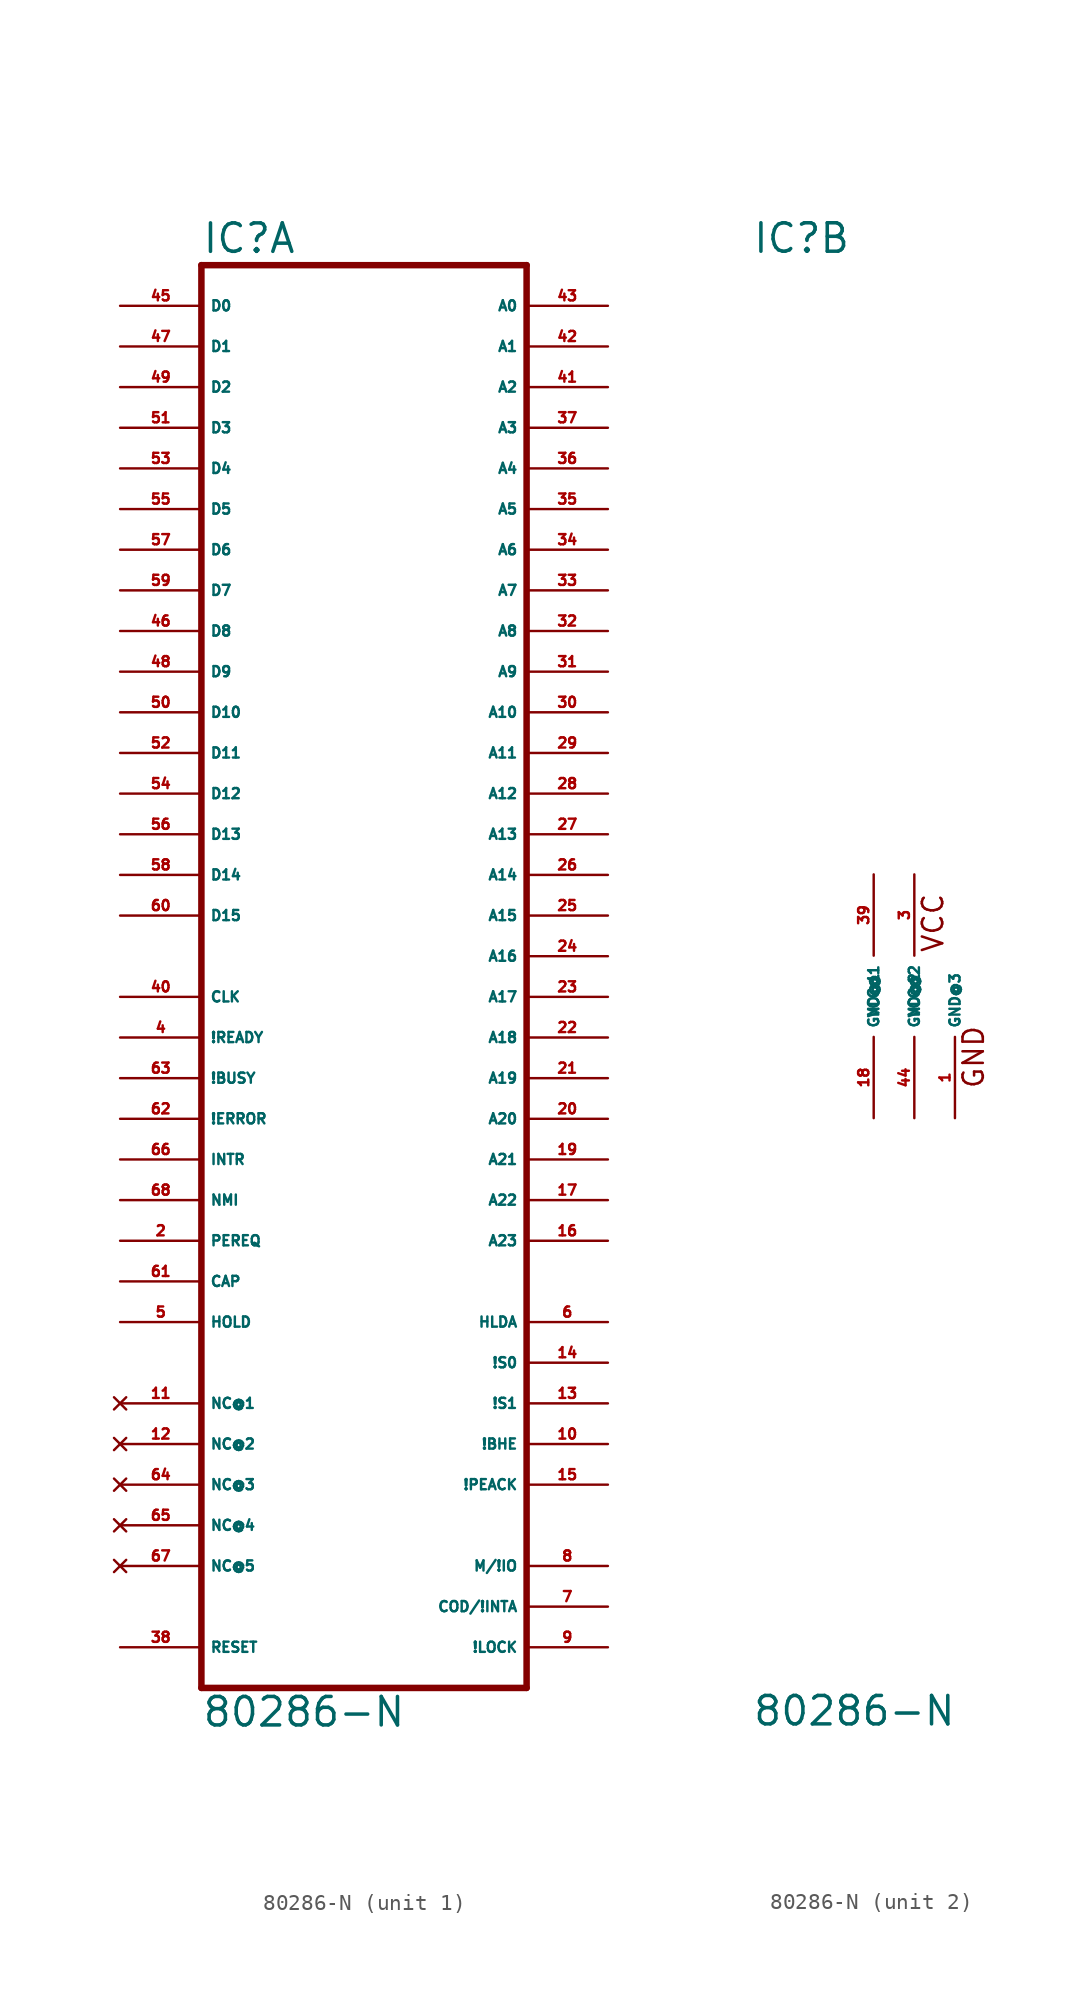
<source format=kicad_sym>
(kicad_symbol_lib
  (version 20220914)
  (generator Eagle2Kicad)
  (symbol "80286-N"
    (property "Reference" "IC"
      (at -10.16 46.355 0)
      (effects (font (size 1.778 1.778) (thickness 0.22)) (justify left bottom)))
    (property "Value" "80286-N"
      (at -10.16 -45.72 0)
      (effects (font (size 1.778 1.778) (thickness 0.22)) (justify left bottom)))
    (symbol "80286-N_1_0"
      (polyline (pts (xy -10.16 -43.18) (xy 10.16 -43.18)) (stroke (width 0.406) (type default)) (fill (type none)))
      (polyline (pts (xy 10.16 -43.18) (xy 10.16 45.72)) (stroke (width 0.406) (type default)) (fill (type none)))
      (polyline (pts (xy 10.16 45.72) (xy -10.16 45.72)) (stroke (width 0.406) (type default)) (fill (type none)))
      (polyline (pts (xy -10.16 45.72) (xy -10.16 -43.18)) (stroke (width 0.406) (type default)) (fill (type none)))
      (pin output line (at 15.24 43.18 180) (length 5.08) (name "A0" (effects (font (size 0.635 0.635) (thickness 0.08)) (justify left bottom))) (number "43" (effects (font (size 0.635 0.635) (thickness 0.08)) (justify left bottom))))
      (pin output line (at 15.24 40.64 180) (length 5.08) (name "A1" (effects (font (size 0.635 0.635) (thickness 0.08)) (justify left bottom))) (number "42" (effects (font (size 0.635 0.635) (thickness 0.08)) (justify left bottom))))
      (pin output line (at 15.24 38.1 180) (length 5.08) (name "A2" (effects (font (size 0.635 0.635) (thickness 0.08)) (justify left bottom))) (number "41" (effects (font (size 0.635 0.635) (thickness 0.08)) (justify left bottom))))
      (pin output line (at 15.24 35.56 180) (length 5.08) (name "A3" (effects (font (size 0.635 0.635) (thickness 0.08)) (justify left bottom))) (number "37" (effects (font (size 0.635 0.635) (thickness 0.08)) (justify left bottom))))
      (pin output line (at 15.24 33.02 180) (length 5.08) (name "A4" (effects (font (size 0.635 0.635) (thickness 0.08)) (justify left bottom))) (number "36" (effects (font (size 0.635 0.635) (thickness 0.08)) (justify left bottom))))
      (pin output line (at 15.24 30.48 180) (length 5.08) (name "A5" (effects (font (size 0.635 0.635) (thickness 0.08)) (justify left bottom))) (number "35" (effects (font (size 0.635 0.635) (thickness 0.08)) (justify left bottom))))
      (pin output line (at 15.24 27.94 180) (length 5.08) (name "A6" (effects (font (size 0.635 0.635) (thickness 0.08)) (justify left bottom))) (number "34" (effects (font (size 0.635 0.635) (thickness 0.08)) (justify left bottom))))
      (pin output line (at 15.24 25.4 180) (length 5.08) (name "A7" (effects (font (size 0.635 0.635) (thickness 0.08)) (justify left bottom))) (number "33" (effects (font (size 0.635 0.635) (thickness 0.08)) (justify left bottom))))
      (pin output line (at 15.24 22.86 180) (length 5.08) (name "A8" (effects (font (size 0.635 0.635) (thickness 0.08)) (justify left bottom))) (number "32" (effects (font (size 0.635 0.635) (thickness 0.08)) (justify left bottom))))
      (pin output line (at 15.24 20.32 180) (length 5.08) (name "A9" (effects (font (size 0.635 0.635) (thickness 0.08)) (justify left bottom))) (number "31" (effects (font (size 0.635 0.635) (thickness 0.08)) (justify left bottom))))
      (pin output line (at 15.24 17.78 180) (length 5.08) (name "A10" (effects (font (size 0.635 0.635) (thickness 0.08)) (justify left bottom))) (number "30" (effects (font (size 0.635 0.635) (thickness 0.08)) (justify left bottom))))
      (pin output line (at 15.24 15.24 180) (length 5.08) (name "A11" (effects (font (size 0.635 0.635) (thickness 0.08)) (justify left bottom))) (number "29" (effects (font (size 0.635 0.635) (thickness 0.08)) (justify left bottom))))
      (pin output line (at 15.24 12.7 180) (length 5.08) (name "A12" (effects (font (size 0.635 0.635) (thickness 0.08)) (justify left bottom))) (number "28" (effects (font (size 0.635 0.635) (thickness 0.08)) (justify left bottom))))
      (pin output line (at 15.24 10.16 180) (length 5.08) (name "A13" (effects (font (size 0.635 0.635) (thickness 0.08)) (justify left bottom))) (number "27" (effects (font (size 0.635 0.635) (thickness 0.08)) (justify left bottom))))
      (pin output line (at 15.24 7.62 180) (length 5.08) (name "A14" (effects (font (size 0.635 0.635) (thickness 0.08)) (justify left bottom))) (number "26" (effects (font (size 0.635 0.635) (thickness 0.08)) (justify left bottom))))
      (pin output line (at 15.24 5.08 180) (length 5.08) (name "A15" (effects (font (size 0.635 0.635) (thickness 0.08)) (justify left bottom))) (number "25" (effects (font (size 0.635 0.635) (thickness 0.08)) (justify left bottom))))
      (pin output line (at 15.24 2.54 180) (length 5.08) (name "A16" (effects (font (size 0.635 0.635) (thickness 0.08)) (justify left bottom))) (number "24" (effects (font (size 0.635 0.635) (thickness 0.08)) (justify left bottom))))
      (pin output line (at 15.24 0 180) (length 5.08) (name "A17" (effects (font (size 0.635 0.635) (thickness 0.08)) (justify left bottom))) (number "23" (effects (font (size 0.635 0.635) (thickness 0.08)) (justify left bottom))))
      (pin output line (at 15.24 -2.54 180) (length 5.08) (name "A18" (effects (font (size 0.635 0.635) (thickness 0.08)) (justify left bottom))) (number "22" (effects (font (size 0.635 0.635) (thickness 0.08)) (justify left bottom))))
      (pin output line (at 15.24 -5.08 180) (length 5.08) (name "A19" (effects (font (size 0.635 0.635) (thickness 0.08)) (justify left bottom))) (number "21" (effects (font (size 0.635 0.635) (thickness 0.08)) (justify left bottom))))
      (pin output line (at 15.24 -7.62 180) (length 5.08) (name "A20" (effects (font (size 0.635 0.635) (thickness 0.08)) (justify left bottom))) (number "20" (effects (font (size 0.635 0.635) (thickness 0.08)) (justify left bottom))))
      (pin output line (at 15.24 -10.16 180) (length 5.08) (name "A21" (effects (font (size 0.635 0.635) (thickness 0.08)) (justify left bottom))) (number "19" (effects (font (size 0.635 0.635) (thickness 0.08)) (justify left bottom))))
      (pin output line (at 15.24 -12.7 180) (length 5.08) (name "A22" (effects (font (size 0.635 0.635) (thickness 0.08)) (justify left bottom))) (number "17" (effects (font (size 0.635 0.635) (thickness 0.08)) (justify left bottom))))
      (pin output line (at 15.24 -15.24 180) (length 5.08) (name "A23" (effects (font (size 0.635 0.635) (thickness 0.08)) (justify left bottom))) (number "16" (effects (font (size 0.635 0.635) (thickness 0.08)) (justify left bottom))))
      (pin bidirectional line (at -15.24 43.18 0) (length 5.08) (name "D0" (effects (font (size 0.635 0.635) (thickness 0.08)) (justify left bottom))) (number "45" (effects (font (size 0.635 0.635) (thickness 0.08)) (justify left bottom))))
      (pin bidirectional line (at -15.24 40.64 0) (length 5.08) (name "D1" (effects (font (size 0.635 0.635) (thickness 0.08)) (justify left bottom))) (number "47" (effects (font (size 0.635 0.635) (thickness 0.08)) (justify left bottom))))
      (pin bidirectional line (at -15.24 38.1 0) (length 5.08) (name "D2" (effects (font (size 0.635 0.635) (thickness 0.08)) (justify left bottom))) (number "49" (effects (font (size 0.635 0.635) (thickness 0.08)) (justify left bottom))))
      (pin bidirectional line (at -15.24 35.56 0) (length 5.08) (name "D3" (effects (font (size 0.635 0.635) (thickness 0.08)) (justify left bottom))) (number "51" (effects (font (size 0.635 0.635) (thickness 0.08)) (justify left bottom))))
      (pin bidirectional line (at -15.24 33.02 0) (length 5.08) (name "D4" (effects (font (size 0.635 0.635) (thickness 0.08)) (justify left bottom))) (number "53" (effects (font (size 0.635 0.635) (thickness 0.08)) (justify left bottom))))
      (pin bidirectional line (at -15.24 30.48 0) (length 5.08) (name "D5" (effects (font (size 0.635 0.635) (thickness 0.08)) (justify left bottom))) (number "55" (effects (font (size 0.635 0.635) (thickness 0.08)) (justify left bottom))))
      (pin bidirectional line (at -15.24 27.94 0) (length 5.08) (name "D6" (effects (font (size 0.635 0.635) (thickness 0.08)) (justify left bottom))) (number "57" (effects (font (size 0.635 0.635) (thickness 0.08)) (justify left bottom))))
      (pin bidirectional line (at -15.24 25.4 0) (length 5.08) (name "D7" (effects (font (size 0.635 0.635) (thickness 0.08)) (justify left bottom))) (number "59" (effects (font (size 0.635 0.635) (thickness 0.08)) (justify left bottom))))
      (pin bidirectional line (at -15.24 22.86 0) (length 5.08) (name "D8" (effects (font (size 0.635 0.635) (thickness 0.08)) (justify left bottom))) (number "46" (effects (font (size 0.635 0.635) (thickness 0.08)) (justify left bottom))))
      (pin bidirectional line (at -15.24 20.32 0) (length 5.08) (name "D9" (effects (font (size 0.635 0.635) (thickness 0.08)) (justify left bottom))) (number "48" (effects (font (size 0.635 0.635) (thickness 0.08)) (justify left bottom))))
      (pin bidirectional line (at -15.24 17.78 0) (length 5.08) (name "D10" (effects (font (size 0.635 0.635) (thickness 0.08)) (justify left bottom))) (number "50" (effects (font (size 0.635 0.635) (thickness 0.08)) (justify left bottom))))
      (pin bidirectional line (at -15.24 15.24 0) (length 5.08) (name "D11" (effects (font (size 0.635 0.635) (thickness 0.08)) (justify left bottom))) (number "52" (effects (font (size 0.635 0.635) (thickness 0.08)) (justify left bottom))))
      (pin bidirectional line (at -15.24 12.7 0) (length 5.08) (name "D12" (effects (font (size 0.635 0.635) (thickness 0.08)) (justify left bottom))) (number "54" (effects (font (size 0.635 0.635) (thickness 0.08)) (justify left bottom))))
      (pin bidirectional line (at -15.24 10.16 0) (length 5.08) (name "D13" (effects (font (size 0.635 0.635) (thickness 0.08)) (justify left bottom))) (number "56" (effects (font (size 0.635 0.635) (thickness 0.08)) (justify left bottom))))
      (pin bidirectional line (at -15.24 7.62 0) (length 5.08) (name "D14" (effects (font (size 0.635 0.635) (thickness 0.08)) (justify left bottom))) (number "58" (effects (font (size 0.635 0.635) (thickness 0.08)) (justify left bottom))))
      (pin bidirectional line (at -15.24 5.08 0) (length 5.08) (name "D15" (effects (font (size 0.635 0.635) (thickness 0.08)) (justify left bottom))) (number "60" (effects (font (size 0.635 0.635) (thickness 0.08)) (justify left bottom))))
      (pin output line (at 15.24 -22.86 180) (length 5.08) (name "!S0" (effects (font (size 0.635 0.635) (thickness 0.08)) (justify left bottom))) (number "14" (effects (font (size 0.635 0.635) (thickness 0.08)) (justify left bottom))))
      (pin output line (at 15.24 -25.4 180) (length 5.08) (name "!S1" (effects (font (size 0.635 0.635) (thickness 0.08)) (justify left bottom))) (number "13" (effects (font (size 0.635 0.635) (thickness 0.08)) (justify left bottom))))
      (pin output line (at 15.24 -20.32 180) (length 5.08) (name "HLDA" (effects (font (size 0.635 0.635) (thickness 0.08)) (justify left bottom))) (number "6" (effects (font (size 0.635 0.635) (thickness 0.08)) (justify left bottom))))
      (pin output line (at 15.24 -27.94 180) (length 5.08) (name "!BHE" (effects (font (size 0.635 0.635) (thickness 0.08)) (justify left bottom))) (number "10" (effects (font (size 0.635 0.635) (thickness 0.08)) (justify left bottom))))
      (pin output line (at 15.24 -30.48 180) (length 5.08) (name "!PEACK" (effects (font (size 0.635 0.635) (thickness 0.08)) (justify left bottom))) (number "15" (effects (font (size 0.635 0.635) (thickness 0.08)) (justify left bottom))))
      (pin input line (at -15.24 -2.54 0) (length 5.08) (name "!READY" (effects (font (size 0.635 0.635) (thickness 0.08)) (justify left bottom))) (number "4" (effects (font (size 0.635 0.635) (thickness 0.08)) (justify left bottom))))
      (pin output line (at 15.24 -38.1 180) (length 5.08) (name "COD/!INTA" (effects (font (size 0.635 0.635) (thickness 0.08)) (justify left bottom))) (number "7" (effects (font (size 0.635 0.635) (thickness 0.08)) (justify left bottom))))
      (pin output line (at 15.24 -35.56 180) (length 5.08) (name "M/!IO" (effects (font (size 0.635 0.635) (thickness 0.08)) (justify left bottom))) (number "8" (effects (font (size 0.635 0.635) (thickness 0.08)) (justify left bottom))))
      (pin output line (at 15.24 -40.64 180) (length 5.08) (name "!LOCK" (effects (font (size 0.635 0.635) (thickness 0.08)) (justify left bottom))) (number "9" (effects (font (size 0.635 0.635) (thickness 0.08)) (justify left bottom))))
      (pin input line (at -15.24 -40.64 0) (length 5.08) (name "RESET" (effects (font (size 0.635 0.635) (thickness 0.08)) (justify left bottom))) (number "38" (effects (font (size 0.635 0.635) (thickness 0.08)) (justify left bottom))))
      (pin input line (at -15.24 0 0) (length 5.08) (name "CLK" (effects (font (size 0.635 0.635) (thickness 0.08)) (justify left bottom))) (number "40" (effects (font (size 0.635 0.635) (thickness 0.08)) (justify left bottom))))
      (pin input line (at -15.24 -7.62 0) (length 5.08) (name "!ERROR" (effects (font (size 0.635 0.635) (thickness 0.08)) (justify left bottom))) (number "62" (effects (font (size 0.635 0.635) (thickness 0.08)) (justify left bottom))))
      (pin input line (at -15.24 -10.16 0) (length 5.08) (name "INTR" (effects (font (size 0.635 0.635) (thickness 0.08)) (justify left bottom))) (number "66" (effects (font (size 0.635 0.635) (thickness 0.08)) (justify left bottom))))
      (pin input line (at -15.24 -12.7 0) (length 5.08) (name "NMI" (effects (font (size 0.635 0.635) (thickness 0.08)) (justify left bottom))) (number "68" (effects (font (size 0.635 0.635) (thickness 0.08)) (justify left bottom))))
      (pin input line (at -15.24 -15.24 0) (length 5.08) (name "PEREQ" (effects (font (size 0.635 0.635) (thickness 0.08)) (justify left bottom))) (number "2" (effects (font (size 0.635 0.635) (thickness 0.08)) (justify left bottom))))
      (pin input line (at -15.24 -17.78 0) (length 5.08) (name "CAP" (effects (font (size 0.635 0.635) (thickness 0.08)) (justify left bottom))) (number "61" (effects (font (size 0.635 0.635) (thickness 0.08)) (justify left bottom))))
      (pin input line (at -15.24 -20.32 0) (length 5.08) (name "HOLD" (effects (font (size 0.635 0.635) (thickness 0.08)) (justify left bottom))) (number "5" (effects (font (size 0.635 0.635) (thickness 0.08)) (justify left bottom))))
      (pin input line (at -15.24 -5.08 0) (length 5.08) (name "!BUSY" (effects (font (size 0.635 0.635) (thickness 0.08)) (justify left bottom))) (number "63" (effects (font (size 0.635 0.635) (thickness 0.08)) (justify left bottom))))
      (pin no_connect line (at -15.24 -25.4 0) (length 5.08) (name "NC@1" (effects (font (size 0.635 0.635) (thickness 0.08)) (justify left bottom) hide)) (number "11" (effects (font (size 0.635 0.635) (thickness 0.08)) (justify left bottom) hide)))
      (pin no_connect line (at -15.24 -27.94 0) (length 5.08) (name "NC@2" (effects (font (size 0.635 0.635) (thickness 0.08)) (justify left bottom) hide)) (number "12" (effects (font (size 0.635 0.635) (thickness 0.08)) (justify left bottom) hide)))
      (pin no_connect line (at -15.24 -30.48 0) (length 5.08) (name "NC@3" (effects (font (size 0.635 0.635) (thickness 0.08)) (justify left bottom) hide)) (number "64" (effects (font (size 0.635 0.635) (thickness 0.08)) (justify left bottom) hide)))
      (pin no_connect line (at -15.24 -33.02 0) (length 5.08) (name "NC@4" (effects (font (size 0.635 0.635) (thickness 0.08)) (justify left bottom) hide)) (number "65" (effects (font (size 0.635 0.635) (thickness 0.08)) (justify left bottom) hide)))
      (pin no_connect line (at -15.24 -35.56 0) (length 5.08) (name "NC@5" (effects (font (size 0.635 0.635) (thickness 0.08)) (justify left bottom) hide)) (number "67" (effects (font (size 0.635 0.635) (thickness 0.08)) (justify left bottom) hide))))
    (symbol "80286-N_2_0"
      (text "VCC" (at 1.905 2.667 900) (effects (font (size 1.27 1.27) (thickness 0.16)) (justify left bottom)))
      (text "GND" (at 4.445 -5.842 900) (effects (font (size 1.27 1.27) (thickness 0.16)) (justify left bottom)))
      (pin unspecified line (at -2.54 7.62 270) (length 5.08) (name "VCC@1" (effects (font (size 0.635 0.635) (thickness 0.08)) (justify left bottom))) (number "39" (effects (font (size 0.635 0.635) (thickness 0.08)) (justify left bottom))))
      (pin unspecified line (at -2.54 -7.62 90) (length 5.08) (name "GND@1" (effects (font (size 0.635 0.635) (thickness 0.08)) (justify left bottom))) (number "18" (effects (font (size 0.635 0.635) (thickness 0.08)) (justify left bottom))))
      (pin unspecified line (at 0 -7.62 90) (length 5.08) (name "GND@2" (effects (font (size 0.635 0.635) (thickness 0.08)) (justify left bottom))) (number "44" (effects (font (size 0.635 0.635) (thickness 0.08)) (justify left bottom))))
      (pin unspecified line (at 0 7.62 270) (length 5.08) (name "VCC@2" (effects (font (size 0.635 0.635) (thickness 0.08)) (justify left bottom))) (number "3" (effects (font (size 0.635 0.635) (thickness 0.08)) (justify left bottom))))
      (pin unspecified line (at 2.54 -7.62 90) (length 5.08) (name "GND@3" (effects (font (size 0.635 0.635) (thickness 0.08)) (justify left bottom))) (number "1" (effects (font (size 0.635 0.635) (thickness 0.08)) (justify left bottom)))))))
</source>
